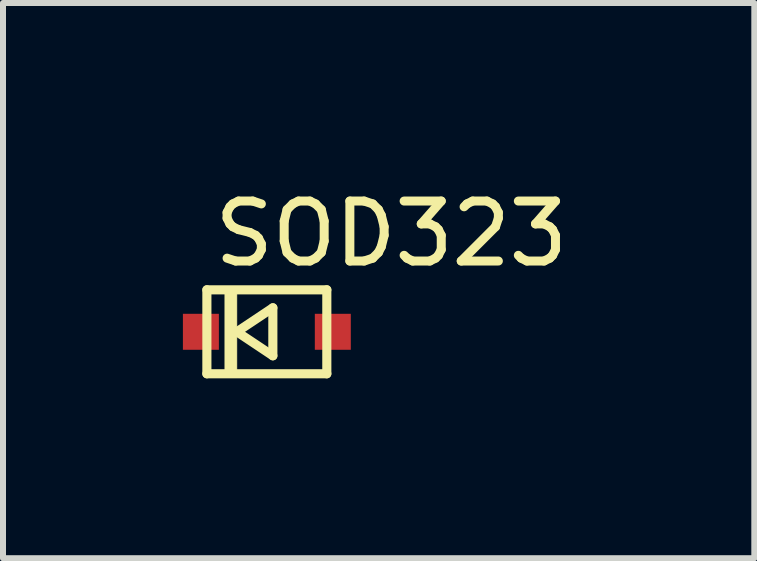
<source format=kicad_pcb>
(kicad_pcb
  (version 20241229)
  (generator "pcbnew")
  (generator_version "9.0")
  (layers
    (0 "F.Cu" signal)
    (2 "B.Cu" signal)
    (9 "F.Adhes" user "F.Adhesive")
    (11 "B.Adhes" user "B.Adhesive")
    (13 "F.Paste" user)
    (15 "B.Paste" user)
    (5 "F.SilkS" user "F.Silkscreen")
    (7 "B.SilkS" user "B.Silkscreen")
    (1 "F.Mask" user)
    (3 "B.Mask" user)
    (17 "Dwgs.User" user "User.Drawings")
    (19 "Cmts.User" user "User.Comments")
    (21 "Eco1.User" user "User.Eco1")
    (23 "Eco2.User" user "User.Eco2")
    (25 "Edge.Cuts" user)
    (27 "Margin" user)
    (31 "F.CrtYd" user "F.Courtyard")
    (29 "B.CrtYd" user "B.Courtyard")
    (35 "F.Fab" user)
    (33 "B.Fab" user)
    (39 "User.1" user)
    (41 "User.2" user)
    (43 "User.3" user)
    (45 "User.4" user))
  (footprint "SOD323"
    (layer "F.Cu")
    (at 1.4 2.483)
    (property "Reference" "SOD323" (at 2.075 -1.635 0) (layer "F.SilkS") (effects (font (size 1 1) (thickness 0.15))))
    (attr smd)
    (fp_line (start -1 -0.7) (end 1 -0.7) (stroke (width 0.152) (type solid)) (layer "F.SilkS"))
    (fp_line (start -1 0.7) (end -1 -0.7) (stroke (width 0.152) (type solid)) (layer "F.SilkS"))
    (fp_line (start -0.5 0) (end 0.1 -0.4) (stroke (width 0.152) (type solid)) (layer "F.SilkS"))
    (fp_line (start 0.1 -0.4) (end 0.1 0.4) (stroke (width 0.152) (type solid)) (layer "F.SilkS"))
    (fp_line (start 0.1 0.4) (end -0.5 0) (stroke (width 0.152) (type solid)) (layer "F.SilkS"))
    (fp_line (start 1 -0.7) (end 1 0.7) (stroke (width 0.152) (type solid)) (layer "F.SilkS"))
    (fp_line (start 1 0.7) (end -1 0.7) (stroke (width 0.152) (type solid)) (layer "F.SilkS"))
    (fp_poly (pts (xy -0.7 -0.7) (xy -0.5 -0.7) (xy -0.5 0.7) (xy -0.7 0.7)) (stroke (width 0.01) (type solid)) (fill yes) (layer "F.SilkS"))
    (pad "A" smd rect (at 1.1 0) (size 0.6 0.6) (layers "F.Cu" "F.Mask" "F.Paste"))
    (pad "C" smd rect (at -1.1 0) (size 0.6 0.6) (layers "F.Cu" "F.Mask" "F.Paste")))
  (gr_rect
    (start -3 -3)
    (end 9.529 6.259)
    (stroke (width 0.1) (type default))
    (fill no)
    (layer "Edge.Cuts")))
</source>
